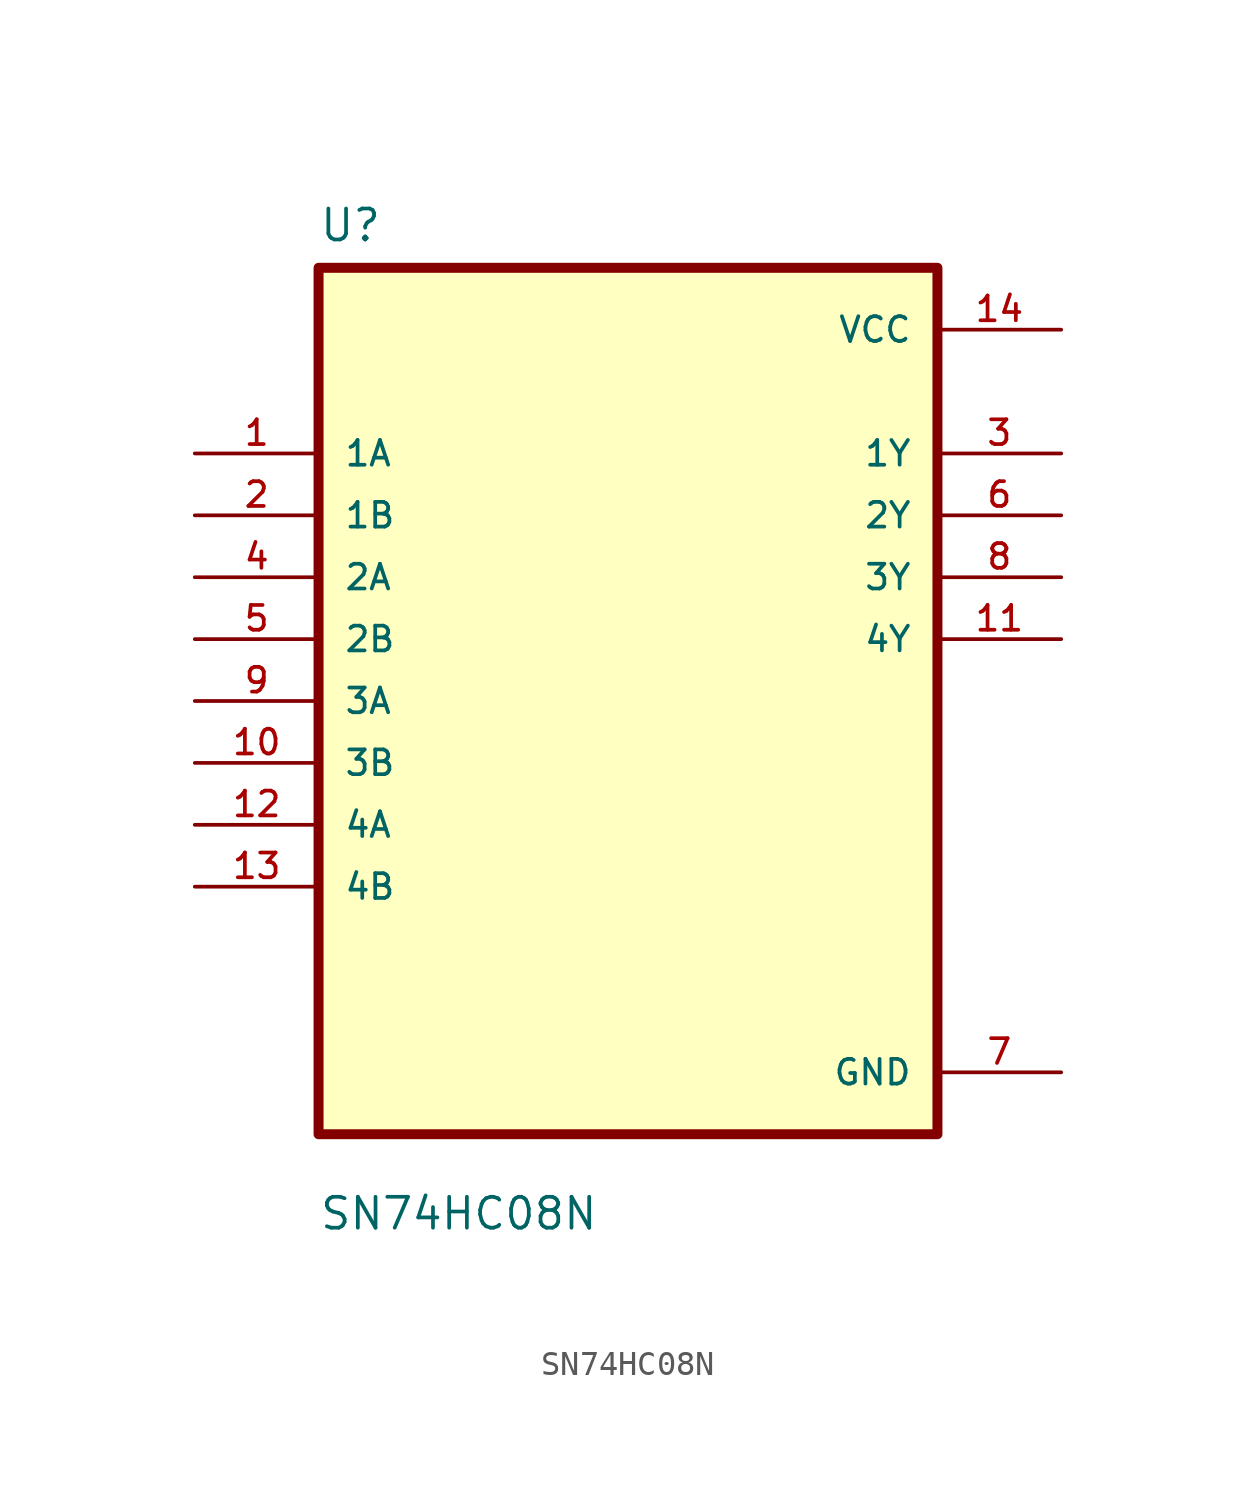
<source format=kicad_sym>
(kicad_symbol_lib
  (version 20211014)
  (generator kicad_symbol_editor)
  (symbol "SN74HC08N"
    (pin_names
      (offset 1.016))
    (property "Reference" "U"
      (at -12.7 18.78 0.0)
      (effects (font (size 1.27 1.27)) (justify bottom left)))
    (property "Value" "SN74HC08N"
      (at -12.7 -21.78 0.0)
      (effects (font (size 1.27 1.27)) (justify bottom left)))
    (symbol "SN74HC08N_0_0"
      (rectangle (start -12.7 -17.78) (end 12.7 17.78) (stroke (width 0.41)) (fill (type background)))
      (pin input line (at -17.78 10.16 0) (length 5.08) (name "1A" (effects (font (size 1.016 1.016)))) (number "1" (effects (font (size 1.016 1.016)))))
      (pin input line (at -17.78 7.62 0) (length 5.08) (name "1B" (effects (font (size 1.016 1.016)))) (number "2" (effects (font (size 1.016 1.016)))))
      (pin input line (at -17.78 5.08 0) (length 5.08) (name "2A" (effects (font (size 1.016 1.016)))) (number "4" (effects (font (size 1.016 1.016)))))
      (pin input line (at -17.78 2.54 0) (length 5.08) (name "2B" (effects (font (size 1.016 1.016)))) (number "5" (effects (font (size 1.016 1.016)))))
      (pin input line (at -17.78 0.0 0) (length 5.08) (name "3A" (effects (font (size 1.016 1.016)))) (number "9" (effects (font (size 1.016 1.016)))))
      (pin input line (at -17.78 -2.54 0) (length 5.08) (name "3B" (effects (font (size 1.016 1.016)))) (number "10" (effects (font (size 1.016 1.016)))))
      (pin input line (at -17.78 -5.08 0) (length 5.08) (name "4A" (effects (font (size 1.016 1.016)))) (number "12" (effects (font (size 1.016 1.016)))))
      (pin input line (at -17.78 -7.62 0) (length 5.08) (name "4B" (effects (font (size 1.016 1.016)))) (number "13" (effects (font (size 1.016 1.016)))))
      (pin power_in line (at 17.78 15.24 180.0) (length 5.08) (name "VCC" (effects (font (size 1.016 1.016)))) (number "14" (effects (font (size 1.016 1.016)))))
      (pin output line (at 17.78 10.16 180.0) (length 5.08) (name "1Y" (effects (font (size 1.016 1.016)))) (number "3" (effects (font (size 1.016 1.016)))))
      (pin output line (at 17.78 7.62 180.0) (length 5.08) (name "2Y" (effects (font (size 1.016 1.016)))) (number "6" (effects (font (size 1.016 1.016)))))
      (pin output line (at 17.78 5.08 180.0) (length 5.08) (name "3Y" (effects (font (size 1.016 1.016)))) (number "8" (effects (font (size 1.016 1.016)))))
      (pin output line (at 17.78 2.54 180.0) (length 5.08) (name "4Y" (effects (font (size 1.016 1.016)))) (number "11" (effects (font (size 1.016 1.016)))))
      (pin power_in line (at 17.78 -15.24 180.0) (length 5.08) (name "GND" (effects (font (size 1.016 1.016)))) (number "7" (effects (font (size 1.016 1.016))))))))
</source>
